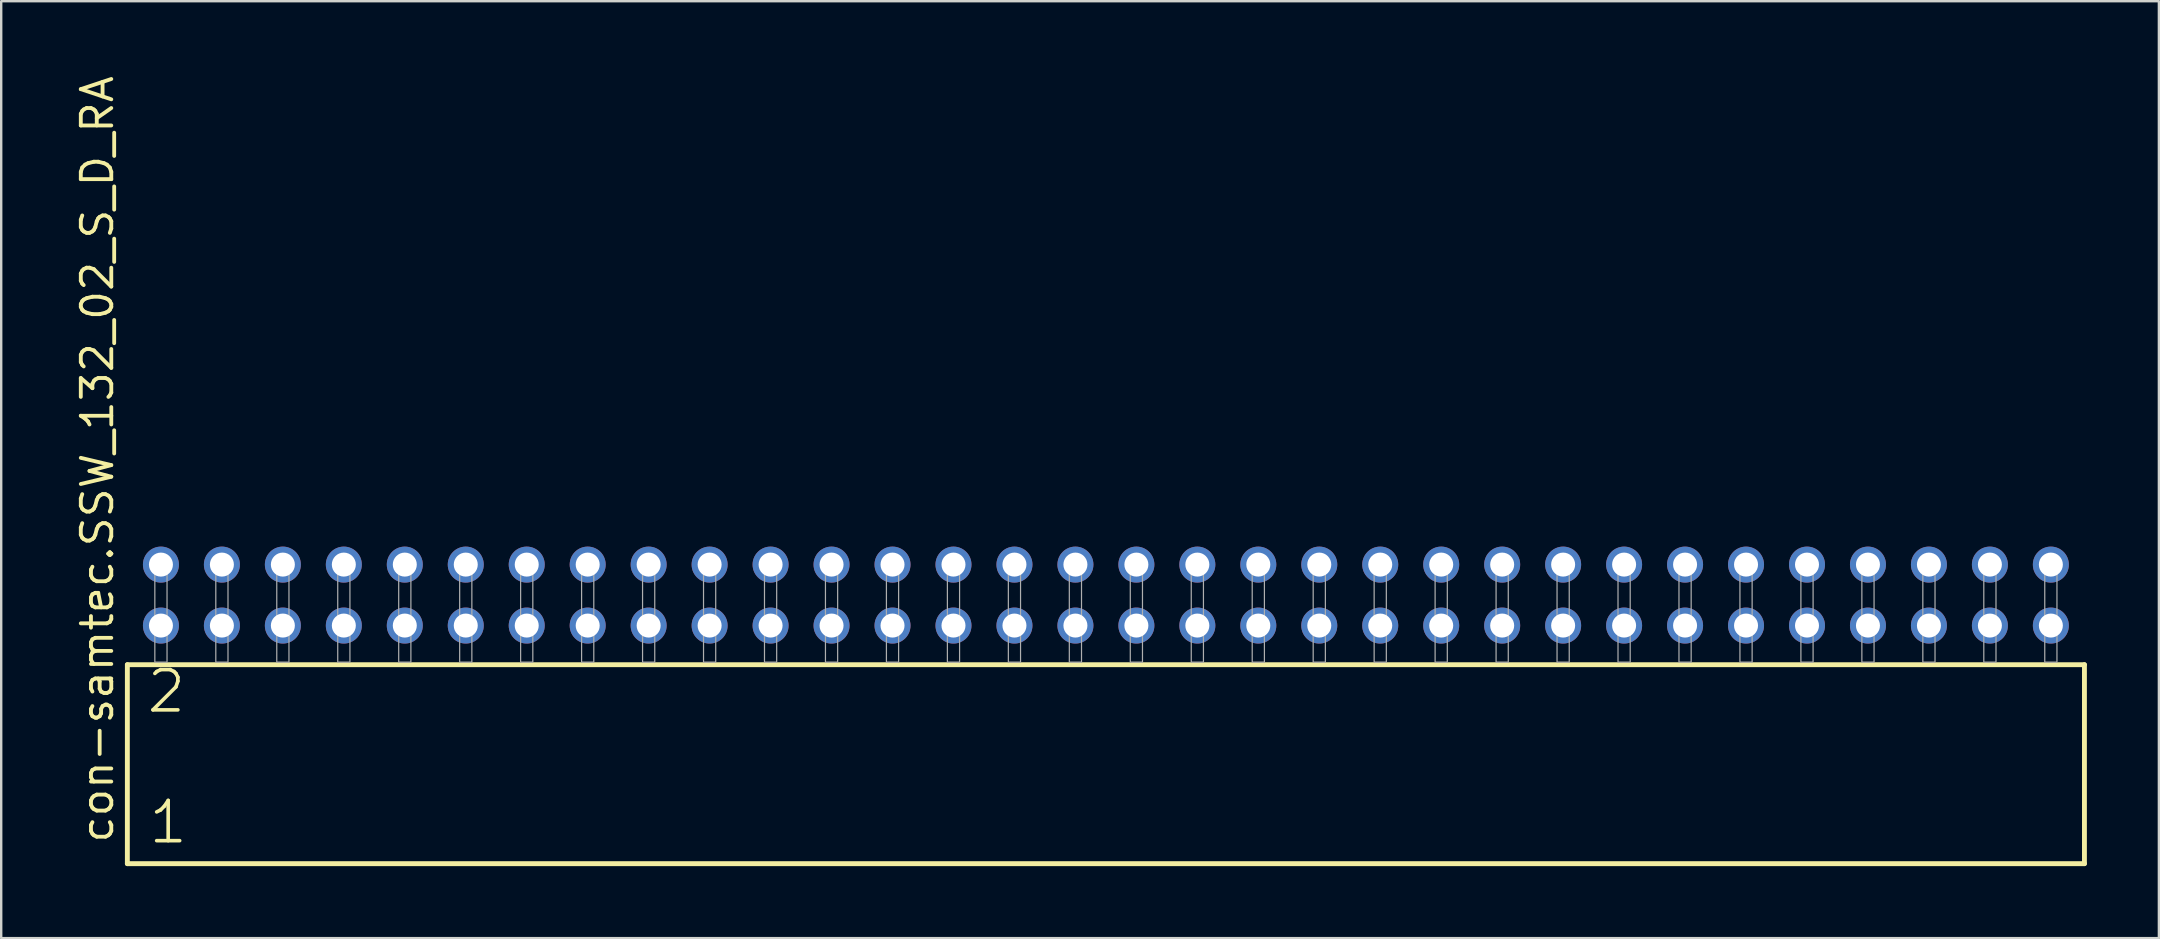
<source format=kicad_pcb>
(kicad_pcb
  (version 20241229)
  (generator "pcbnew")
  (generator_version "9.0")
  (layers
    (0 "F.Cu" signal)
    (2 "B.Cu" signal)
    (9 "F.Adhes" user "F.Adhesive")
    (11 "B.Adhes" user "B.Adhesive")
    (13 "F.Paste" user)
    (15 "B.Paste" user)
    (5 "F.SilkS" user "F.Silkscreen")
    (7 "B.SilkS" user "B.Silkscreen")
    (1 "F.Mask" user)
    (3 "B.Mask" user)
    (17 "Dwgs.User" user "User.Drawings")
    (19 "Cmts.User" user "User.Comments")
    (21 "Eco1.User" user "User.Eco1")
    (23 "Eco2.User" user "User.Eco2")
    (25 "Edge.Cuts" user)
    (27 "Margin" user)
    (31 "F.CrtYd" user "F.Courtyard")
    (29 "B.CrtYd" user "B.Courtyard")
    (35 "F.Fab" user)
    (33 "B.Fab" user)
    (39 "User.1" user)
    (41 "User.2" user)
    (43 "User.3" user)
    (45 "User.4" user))
  (footprint "con-samtec.SSW_132_02_S_D_RA"
    (layer "F.Cu")
    (at 43.025 24.537)
    (property "Reference" "con-samtec.SSW_132_02_S_D_RA" (at -41.275 7.62 90) (layer "F.SilkS") (effects (font (size 1.27 1.27) (thickness 0.16)) (justify left bottom)))
    (attr through_hole)
    (fp_line (start -40.769 0.106) (end -40.769 8.396) (stroke (width 0.203) (type default)) (layer "F.SilkS"))
    (fp_line (start -40.769 8.396) (end 40.769 8.396) (stroke (width 0.203) (type default)) (layer "F.SilkS"))
    (fp_line (start 40.769 0.106) (end -40.769 0.106) (stroke (width 0.203) (type default)) (layer "F.SilkS"))
    (fp_line (start 40.769 8.396) (end 40.769 0.106) (stroke (width 0.203) (type default)) (layer "F.SilkS"))
    (fp_rect (start -39.624 0) (end -39.116 -4.318) (stroke (width 0.05) (type default)) (fill no) (layer "F.Fab"))
    (fp_rect (start -37.084 0) (end -36.576 -4.318) (stroke (width 0.05) (type default)) (fill no) (layer "F.Fab"))
    (fp_rect (start -34.544 0) (end -34.036 -4.318) (stroke (width 0.05) (type default)) (fill no) (layer "F.Fab"))
    (fp_rect (start -32.004 0) (end -31.496 -4.318) (stroke (width 0.05) (type default)) (fill no) (layer "F.Fab"))
    (fp_rect (start -29.464 0) (end -28.956 -4.318) (stroke (width 0.05) (type default)) (fill no) (layer "F.Fab"))
    (fp_rect (start -26.924 0) (end -26.416 -4.318) (stroke (width 0.05) (type default)) (fill no) (layer "F.Fab"))
    (fp_rect (start -24.384 0) (end -23.876 -4.318) (stroke (width 0.05) (type default)) (fill no) (layer "F.Fab"))
    (fp_rect (start -21.844 0) (end -21.336 -4.318) (stroke (width 0.05) (type default)) (fill no) (layer "F.Fab"))
    (fp_rect (start -19.304 0) (end -18.796 -4.318) (stroke (width 0.05) (type default)) (fill no) (layer "F.Fab"))
    (fp_rect (start -16.764 0) (end -16.256 -4.318) (stroke (width 0.05) (type default)) (fill no) (layer "F.Fab"))
    (fp_rect (start -14.224 0) (end -13.716 -4.318) (stroke (width 0.05) (type default)) (fill no) (layer "F.Fab"))
    (fp_rect (start -11.684 0) (end -11.176 -4.318) (stroke (width 0.05) (type default)) (fill no) (layer "F.Fab"))
    (fp_rect (start -9.144 0) (end -8.636 -4.318) (stroke (width 0.05) (type default)) (fill no) (layer "F.Fab"))
    (fp_rect (start -6.604 0) (end -6.096 -4.318) (stroke (width 0.05) (type default)) (fill no) (layer "F.Fab"))
    (fp_rect (start -4.064 0) (end -3.556 -4.318) (stroke (width 0.05) (type default)) (fill no) (layer "F.Fab"))
    (fp_rect (start -1.524 0) (end -1.016 -4.318) (stroke (width 0.05) (type default)) (fill no) (layer "F.Fab"))
    (fp_rect (start 1.016 0) (end 1.524 -4.318) (stroke (width 0.05) (type default)) (fill no) (layer "F.Fab"))
    (fp_rect (start 3.556 0) (end 4.064 -4.318) (stroke (width 0.05) (type default)) (fill no) (layer "F.Fab"))
    (fp_rect (start 6.096 0) (end 6.604 -4.318) (stroke (width 0.05) (type default)) (fill no) (layer "F.Fab"))
    (fp_rect (start 8.636 0) (end 9.144 -4.318) (stroke (width 0.05) (type default)) (fill no) (layer "F.Fab"))
    (fp_rect (start 11.176 0) (end 11.684 -4.318) (stroke (width 0.05) (type default)) (fill no) (layer "F.Fab"))
    (fp_rect (start 13.716 0) (end 14.224 -4.318) (stroke (width 0.05) (type default)) (fill no) (layer "F.Fab"))
    (fp_rect (start 16.256 0) (end 16.764 -4.318) (stroke (width 0.05) (type default)) (fill no) (layer "F.Fab"))
    (fp_rect (start 18.796 0) (end 19.304 -4.318) (stroke (width 0.05) (type default)) (fill no) (layer "F.Fab"))
    (fp_rect (start 21.336 0) (end 21.844 -4.318) (stroke (width 0.05) (type default)) (fill no) (layer "F.Fab"))
    (fp_rect (start 23.876 0) (end 24.384 -4.318) (stroke (width 0.05) (type default)) (fill no) (layer "F.Fab"))
    (fp_rect (start 26.416 0) (end 26.924 -4.318) (stroke (width 0.05) (type default)) (fill no) (layer "F.Fab"))
    (fp_rect (start 28.956 0) (end 29.464 -4.318) (stroke (width 0.05) (type default)) (fill no) (layer "F.Fab"))
    (fp_rect (start 31.496 0) (end 32.004 -4.318) (stroke (width 0.05) (type default)) (fill no) (layer "F.Fab"))
    (fp_rect (start 34.036 0) (end 34.544 -4.318) (stroke (width 0.05) (type default)) (fill no) (layer "F.Fab"))
    (fp_rect (start 36.576 0) (end 37.084 -4.318) (stroke (width 0.05) (type default)) (fill no) (layer "F.Fab"))
    (fp_rect (start 39.116 0) (end 39.624 -4.318) (stroke (width 0.05) (type default)) (fill no) (layer "F.Fab"))
    (fp_text user "2" (at -40.04 2.2 0) (layer "F.SilkS") (effects (font (size 1.676 1.676) (thickness 0.15)) (justify left bottom)))
    (fp_text user "1" (at -39.965 7.65 0) (layer "F.SilkS") (effects (font (size 1.676 1.676) (thickness 0.15)) (justify left bottom)))
    (pad "1" thru_hole circle (at -39.37 -1.524) (size 1.5 1.5) (drill 1) (layers "*.Cu" "*.Mask"))
    (pad "2" thru_hole circle (at -39.37 -4.064) (size 1.5 1.5) (drill 1) (layers "*.Cu" "*.Mask"))
    (pad "3" thru_hole circle (at -36.83 -1.524) (size 1.5 1.5) (drill 1) (layers "*.Cu" "*.Mask"))
    (pad "4" thru_hole circle (at -36.83 -4.064) (size 1.5 1.5) (drill 1) (layers "*.Cu" "*.Mask"))
    (pad "5" thru_hole circle (at -34.29 -1.524) (size 1.5 1.5) (drill 1) (layers "*.Cu" "*.Mask"))
    (pad "6" thru_hole circle (at -34.29 -4.064) (size 1.5 1.5) (drill 1) (layers "*.Cu" "*.Mask"))
    (pad "7" thru_hole circle (at -31.75 -1.524) (size 1.5 1.5) (drill 1) (layers "*.Cu" "*.Mask"))
    (pad "8" thru_hole circle (at -31.75 -4.064) (size 1.5 1.5) (drill 1) (layers "*.Cu" "*.Mask"))
    (pad "9" thru_hole circle (at -29.21 -1.524) (size 1.5 1.5) (drill 1) (layers "*.Cu" "*.Mask"))
    (pad "10" thru_hole circle (at -29.21 -4.064) (size 1.5 1.5) (drill 1) (layers "*.Cu" "*.Mask"))
    (pad "11" thru_hole circle (at -26.67 -1.524) (size 1.5 1.5) (drill 1) (layers "*.Cu" "*.Mask"))
    (pad "12" thru_hole circle (at -26.67 -4.064) (size 1.5 1.5) (drill 1) (layers "*.Cu" "*.Mask"))
    (pad "13" thru_hole circle (at -24.13 -1.524) (size 1.5 1.5) (drill 1) (layers "*.Cu" "*.Mask"))
    (pad "14" thru_hole circle (at -24.13 -4.064) (size 1.5 1.5) (drill 1) (layers "*.Cu" "*.Mask"))
    (pad "15" thru_hole circle (at -21.59 -1.524) (size 1.5 1.5) (drill 1) (layers "*.Cu" "*.Mask"))
    (pad "16" thru_hole circle (at -21.59 -4.064) (size 1.5 1.5) (drill 1) (layers "*.Cu" "*.Mask"))
    (pad "17" thru_hole circle (at -19.05 -1.524) (size 1.5 1.5) (drill 1) (layers "*.Cu" "*.Mask"))
    (pad "18" thru_hole circle (at -19.05 -4.064) (size 1.5 1.5) (drill 1) (layers "*.Cu" "*.Mask"))
    (pad "19" thru_hole circle (at -16.51 -1.524) (size 1.5 1.5) (drill 1) (layers "*.Cu" "*.Mask"))
    (pad "20" thru_hole circle (at -16.51 -4.064) (size 1.5 1.5) (drill 1) (layers "*.Cu" "*.Mask"))
    (pad "21" thru_hole circle (at -13.97 -1.524) (size 1.5 1.5) (drill 1) (layers "*.Cu" "*.Mask"))
    (pad "22" thru_hole circle (at -13.97 -4.064) (size 1.5 1.5) (drill 1) (layers "*.Cu" "*.Mask"))
    (pad "23" thru_hole circle (at -11.43 -1.524) (size 1.5 1.5) (drill 1) (layers "*.Cu" "*.Mask"))
    (pad "24" thru_hole circle (at -11.43 -4.064) (size 1.5 1.5) (drill 1) (layers "*.Cu" "*.Mask"))
    (pad "25" thru_hole circle (at -8.89 -1.524) (size 1.5 1.5) (drill 1) (layers "*.Cu" "*.Mask"))
    (pad "26" thru_hole circle (at -8.89 -4.064) (size 1.5 1.5) (drill 1) (layers "*.Cu" "*.Mask"))
    (pad "27" thru_hole circle (at -6.35 -1.524) (size 1.5 1.5) (drill 1) (layers "*.Cu" "*.Mask"))
    (pad "28" thru_hole circle (at -6.35 -4.064) (size 1.5 1.5) (drill 1) (layers "*.Cu" "*.Mask"))
    (pad "29" thru_hole circle (at -3.81 -1.524) (size 1.5 1.5) (drill 1) (layers "*.Cu" "*.Mask"))
    (pad "30" thru_hole circle (at -3.81 -4.064) (size 1.5 1.5) (drill 1) (layers "*.Cu" "*.Mask"))
    (pad "31" thru_hole circle (at -1.27 -1.524) (size 1.5 1.5) (drill 1) (layers "*.Cu" "*.Mask"))
    (pad "32" thru_hole circle (at -1.27 -4.064) (size 1.5 1.5) (drill 1) (layers "*.Cu" "*.Mask"))
    (pad "33" thru_hole circle (at 1.27 -1.524) (size 1.5 1.5) (drill 1) (layers "*.Cu" "*.Mask"))
    (pad "34" thru_hole circle (at 1.27 -4.064) (size 1.5 1.5) (drill 1) (layers "*.Cu" "*.Mask"))
    (pad "35" thru_hole circle (at 3.81 -1.524) (size 1.5 1.5) (drill 1) (layers "*.Cu" "*.Mask"))
    (pad "36" thru_hole circle (at 3.81 -4.064) (size 1.5 1.5) (drill 1) (layers "*.Cu" "*.Mask"))
    (pad "37" thru_hole circle (at 6.35 -1.524) (size 1.5 1.5) (drill 1) (layers "*.Cu" "*.Mask"))
    (pad "38" thru_hole circle (at 6.35 -4.064) (size 1.5 1.5) (drill 1) (layers "*.Cu" "*.Mask"))
    (pad "39" thru_hole circle (at 8.89 -1.524) (size 1.5 1.5) (drill 1) (layers "*.Cu" "*.Mask"))
    (pad "40" thru_hole circle (at 8.89 -4.064) (size 1.5 1.5) (drill 1) (layers "*.Cu" "*.Mask"))
    (pad "41" thru_hole circle (at 11.43 -1.524) (size 1.5 1.5) (drill 1) (layers "*.Cu" "*.Mask"))
    (pad "42" thru_hole circle (at 11.43 -4.064) (size 1.5 1.5) (drill 1) (layers "*.Cu" "*.Mask"))
    (pad "43" thru_hole circle (at 13.97 -1.524) (size 1.5 1.5) (drill 1) (layers "*.Cu" "*.Mask"))
    (pad "44" thru_hole circle (at 13.97 -4.064) (size 1.5 1.5) (drill 1) (layers "*.Cu" "*.Mask"))
    (pad "45" thru_hole circle (at 16.51 -1.524) (size 1.5 1.5) (drill 1) (layers "*.Cu" "*.Mask"))
    (pad "46" thru_hole circle (at 16.51 -4.064) (size 1.5 1.5) (drill 1) (layers "*.Cu" "*.Mask"))
    (pad "47" thru_hole circle (at 19.05 -1.524) (size 1.5 1.5) (drill 1) (layers "*.Cu" "*.Mask"))
    (pad "48" thru_hole circle (at 19.05 -4.064) (size 1.5 1.5) (drill 1) (layers "*.Cu" "*.Mask"))
    (pad "49" thru_hole circle (at 21.59 -1.524) (size 1.5 1.5) (drill 1) (layers "*.Cu" "*.Mask"))
    (pad "50" thru_hole circle (at 21.59 -4.064) (size 1.5 1.5) (drill 1) (layers "*.Cu" "*.Mask"))
    (pad "51" thru_hole circle (at 24.13 -1.524) (size 1.5 1.5) (drill 1) (layers "*.Cu" "*.Mask"))
    (pad "52" thru_hole circle (at 24.13 -4.064) (size 1.5 1.5) (drill 1) (layers "*.Cu" "*.Mask"))
    (pad "53" thru_hole circle (at 26.67 -1.524) (size 1.5 1.5) (drill 1) (layers "*.Cu" "*.Mask"))
    (pad "54" thru_hole circle (at 26.67 -4.064) (size 1.5 1.5) (drill 1) (layers "*.Cu" "*.Mask"))
    (pad "55" thru_hole circle (at 29.21 -1.524) (size 1.5 1.5) (drill 1) (layers "*.Cu" "*.Mask"))
    (pad "56" thru_hole circle (at 29.21 -4.064) (size 1.5 1.5) (drill 1) (layers "*.Cu" "*.Mask"))
    (pad "57" thru_hole circle (at 31.75 -1.524) (size 1.5 1.5) (drill 1) (layers "*.Cu" "*.Mask"))
    (pad "58" thru_hole circle (at 31.75 -4.064) (size 1.5 1.5) (drill 1) (layers "*.Cu" "*.Mask"))
    (pad "59" thru_hole circle (at 34.29 -1.524) (size 1.5 1.5) (drill 1) (layers "*.Cu" "*.Mask"))
    (pad "60" thru_hole circle (at 34.29 -4.064) (size 1.5 1.5) (drill 1) (layers "*.Cu" "*.Mask"))
    (pad "61" thru_hole circle (at 36.83 -1.524) (size 1.5 1.5) (drill 1) (layers "*.Cu" "*.Mask"))
    (pad "62" thru_hole circle (at 36.83 -4.064) (size 1.5 1.5) (drill 1) (layers "*.Cu" "*.Mask"))
    (pad "63" thru_hole circle (at 39.37 -1.524) (size 1.5 1.5) (drill 1) (layers "*.Cu" "*.Mask"))
    (pad "64" thru_hole circle (at 39.37 -4.064) (size 1.5 1.5) (drill 1) (layers "*.Cu" "*.Mask")))
  (gr_rect
    (start -3 -3)
    (end 86.896 36.035)
    (stroke (width 0.1) (type default))
    (fill no)
    (layer "Edge.Cuts")))
</source>
